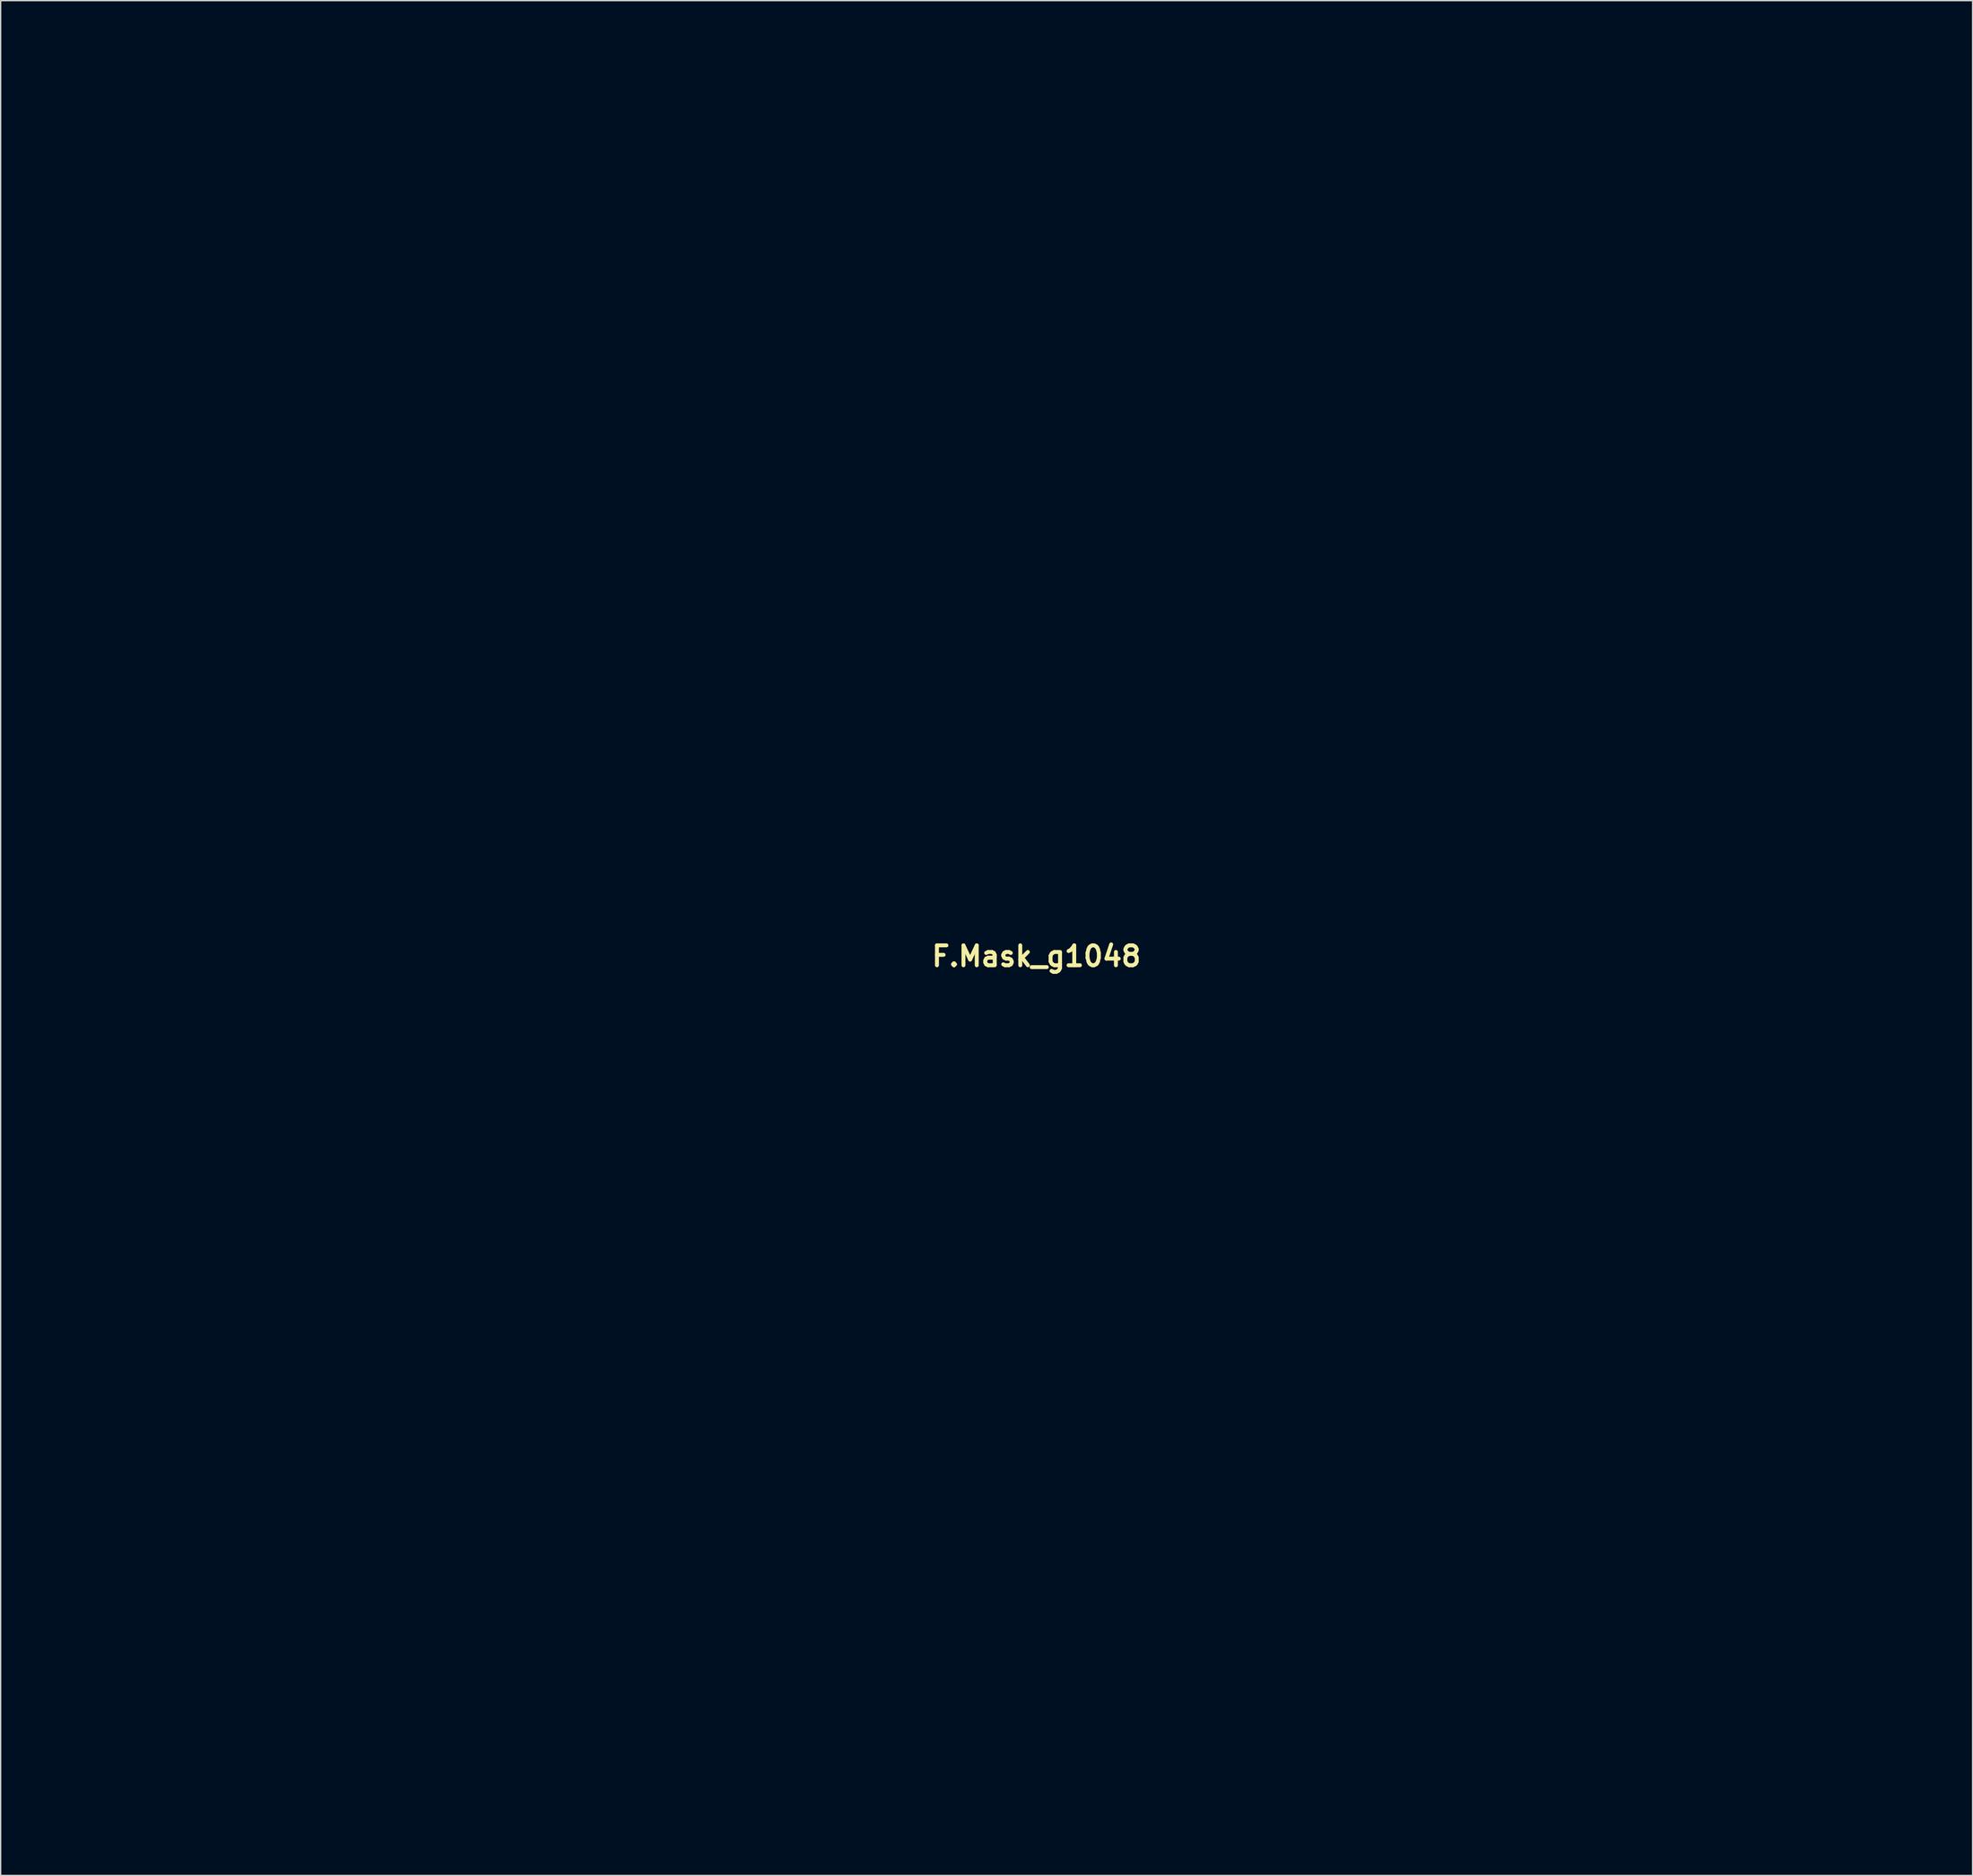
<source format=kicad_pcb>
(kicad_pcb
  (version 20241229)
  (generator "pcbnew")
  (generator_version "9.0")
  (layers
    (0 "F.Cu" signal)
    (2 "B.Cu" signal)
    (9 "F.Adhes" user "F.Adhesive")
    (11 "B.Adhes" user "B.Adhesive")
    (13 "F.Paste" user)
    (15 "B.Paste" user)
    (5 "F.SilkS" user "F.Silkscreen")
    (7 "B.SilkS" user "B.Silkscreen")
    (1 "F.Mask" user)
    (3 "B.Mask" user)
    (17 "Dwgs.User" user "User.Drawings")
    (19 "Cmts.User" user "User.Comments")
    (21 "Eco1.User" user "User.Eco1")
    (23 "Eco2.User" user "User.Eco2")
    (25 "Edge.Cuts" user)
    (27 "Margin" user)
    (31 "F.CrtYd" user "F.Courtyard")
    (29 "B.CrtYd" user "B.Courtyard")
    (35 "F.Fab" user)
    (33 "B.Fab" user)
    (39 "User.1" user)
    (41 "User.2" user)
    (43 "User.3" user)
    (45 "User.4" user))
  (footprint "F.Mask_g1048"
    (layer "F.Cu")
    (at 76.389 70.257)
    (property "Reference" "F.Mask_g1048" (at 0 0 0) (layer "F.SilkS") (effects (font (size 1.524 1.524) (thickness 0.3))))
    (attr through_hole)
    (fp_poly (pts (xy -23.404 -35.549) (xy -23.362 -35.523) (xy -23.346 -35.501) (xy -23.307 -35.447) (xy -23.246 -35.363) (xy -23.165 -35.251) (xy -23.065 -35.113) (xy -22.948 -34.951) (xy -22.816 -34.767) (xy -22.67 -34.564) (xy -22.511 -34.343) (xy -22.341 -34.107) (xy -22.162 -33.857) (xy -21.975 -33.596) (xy -21.791 -33.34) (xy -21.559 -33.016) (xy -21.35 -32.724) (xy -21.164 -32.463) (xy -21 -32.232) (xy -20.855 -32.029) (xy -20.73 -31.852) (xy -20.623 -31.699) (xy -20.533 -31.57) (xy -20.458 -31.462) (xy -20.399 -31.373) (xy -20.352 -31.303) (xy -20.319 -31.249) (xy -20.296 -31.21) (xy -20.284 -31.184) (xy -20.28 -31.17) (xy -20.281 -31.167) (xy -20.306 -31.147) (xy -20.359 -31.106) (xy -20.437 -31.048) (xy -20.533 -30.976) (xy -20.644 -30.894) (xy -20.728 -30.832) (xy -21.799 -30.02) (xy -22.864 -29.167) (xy -23.919 -28.277) (xy -24.963 -27.352) (xy -25.994 -26.393) (xy -27.008 -25.404) (xy -28.004 -24.385) (xy -28.98 -23.34) (xy -29.933 -22.27) (xy -30.862 -21.178) (xy -31.764 -20.066) (xy -32.596 -18.991) (xy -32.648 -18.924) (xy -32.69 -18.872) (xy -32.717 -18.842) (xy -32.723 -18.839) (xy -32.737 -18.855) (xy -32.775 -18.903) (xy -32.835 -18.981) (xy -32.917 -19.086) (xy -33.017 -19.216) (xy -33.135 -19.369) (xy -33.269 -19.544) (xy -33.417 -19.737) (xy -33.578 -19.947) (xy -33.749 -20.171) (xy -33.93 -20.408) (xy -34.119 -20.656) (xy -34.195 -20.754) (xy -34.387 -21.006) (xy -34.571 -21.25) (xy -34.747 -21.482) (xy -34.913 -21.701) (xy -35.067 -21.905) (xy -35.207 -22.092) (xy -35.331 -22.258) (xy -35.439 -22.403) (xy -35.528 -22.524) (xy -35.597 -22.619) (xy -35.644 -22.685) (xy -35.668 -22.72) (xy -35.67 -22.725) (xy -35.677 -22.789) (xy -35.672 -22.843) (xy -35.663 -22.857) (xy -35.639 -22.887) (xy -35.598 -22.934) (xy -35.54 -22.998) (xy -35.464 -23.081) (xy -35.37 -23.182) (xy -35.258 -23.302) (xy -35.126 -23.443) (xy -34.975 -23.604) (xy -34.803 -23.786) (xy -34.61 -23.99) (xy -34.396 -24.216) (xy -34.159 -24.465) (xy -33.9 -24.738) (xy -33.617 -25.035) (xy -33.311 -25.356) (xy -32.98 -25.703) (xy -32.625 -26.076) (xy -32.244 -26.475) (xy -31.836 -26.902) (xy -31.402 -27.356) (xy -30.941 -27.839) (xy -30.452 -28.351) (xy -29.934 -28.892) (xy -29.608 -29.233) (xy -29.107 -29.757) (xy -28.635 -30.251) (xy -28.19 -30.716) (xy -27.772 -31.153) (xy -27.379 -31.563) (xy -27.012 -31.947) (xy -26.669 -32.305) (xy -26.349 -32.639) (xy -26.052 -32.949) (xy -25.777 -33.237) (xy -25.522 -33.502) (xy -25.287 -33.747) (xy -25.072 -33.971) (xy -24.875 -34.176) (xy -24.695 -34.363) (xy -24.532 -34.532) (xy -24.385 -34.684) (xy -24.252 -34.821) (xy -24.134 -34.942) (xy -24.029 -35.05) (xy -23.937 -35.144) (xy -23.856 -35.226) (xy -23.786 -35.296) (xy -23.725 -35.356) (xy -23.674 -35.406) (xy -23.631 -35.447) (xy -23.595 -35.48) (xy -23.566 -35.506) (xy -23.543 -35.525) (xy -23.524 -35.54) (xy -23.51 -35.549) (xy -23.498 -35.555) (xy -23.489 -35.559) (xy -23.482 -35.56) (xy -23.476 -35.56) (xy -23.404 -35.549)) (stroke (width 0.01) (type solid)) (fill yes) (layer "F.Mask"))
    (fp_poly (pts (xy -16.965 -68.33) (xy -16.937 -68.282) (xy -16.896 -68.202) (xy -16.842 -68.094) (xy -16.777 -67.961) (xy -16.703 -67.806) (xy -16.622 -67.633) (xy -16.543 -67.464) (xy -16.459 -67.281) (xy -16.379 -67.11) (xy -16.306 -66.954) (xy -16.242 -66.818) (xy -16.189 -66.705) (xy -16.148 -66.619) (xy -16.121 -66.564) (xy -16.11 -66.543) (xy -16.087 -66.544) (xy -16.027 -66.55) (xy -15.932 -66.561) (xy -15.808 -66.578) (xy -15.658 -66.599) (xy -15.487 -66.624) (xy -15.299 -66.652) (xy -15.097 -66.683) (xy -15.072 -66.687) (xy -14.868 -66.719) (xy -14.676 -66.748) (xy -14.5 -66.774) (xy -14.345 -66.797) (xy -14.214 -66.815) (xy -14.113 -66.829) (xy -14.044 -66.837) (xy -14.013 -66.84) (xy -14.012 -66.84) (xy -14.008 -66.83) (xy -14.015 -66.803) (xy -14.034 -66.756) (xy -14.067 -66.687) (xy -14.114 -66.592) (xy -14.176 -66.471) (xy -14.256 -66.32) (xy -14.353 -66.137) (xy -14.47 -65.919) (xy -14.482 -65.897) (xy -14.988 -64.96) (xy -14.151 -63.253) (xy -14.028 -63.001) (xy -13.91 -62.761) (xy -13.8 -62.534) (xy -13.698 -62.324) (xy -13.605 -62.133) (xy -13.523 -61.963) (xy -13.453 -61.819) (xy -13.397 -61.701) (xy -13.356 -61.613) (xy -13.33 -61.558) (xy -13.322 -61.538) (xy -13.322 -61.537) (xy -13.34 -61.548) (xy -13.391 -61.58) (xy -13.473 -61.631) (xy -13.581 -61.701) (xy -13.714 -61.788) (xy -13.87 -61.889) (xy -14.045 -62.004) (xy -14.236 -62.13) (xy -14.443 -62.265) (xy -14.66 -62.409) (xy -14.774 -62.484) (xy -14.997 -62.631) (xy -15.21 -62.771) (xy -15.411 -62.902) (xy -15.596 -63.023) (xy -15.763 -63.131) (xy -15.91 -63.225) (xy -16.033 -63.303) (xy -16.13 -63.365) (xy -16.199 -63.406) (xy -16.237 -63.427) (xy -16.243 -63.43) (xy -16.26 -63.416) (xy -16.3 -63.38) (xy -16.366 -63.321) (xy -16.457 -63.238) (xy -16.574 -63.13) (xy -16.717 -62.997) (xy -16.888 -62.839) (xy -17.086 -62.655) (xy -17.313 -62.444) (xy -17.568 -62.205) (xy -17.853 -61.939) (xy -18.168 -61.645) (xy -18.272 -61.548) (xy -18.355 -61.471) (xy -18.427 -61.409) (xy -18.481 -61.365) (xy -18.514 -61.343) (xy -18.521 -61.343) (xy -18.516 -61.367) (xy -18.5 -61.429) (xy -18.476 -61.526) (xy -18.443 -61.653) (xy -18.403 -61.809) (xy -18.356 -61.99) (xy -18.303 -62.193) (xy -18.245 -62.414) (xy -18.183 -62.65) (xy -18.118 -62.898) (xy -18.11 -62.927) (xy -18.044 -63.177) (xy -17.981 -63.415) (xy -17.922 -63.638) (xy -17.868 -63.843) (xy -17.82 -64.028) (xy -17.778 -64.187) (xy -17.743 -64.32) (xy -17.717 -64.421) (xy -17.7 -64.488) (xy -17.692 -64.518) (xy -17.692 -64.519) (xy -17.702 -64.535) (xy -17.737 -64.568) (xy -17.797 -64.619) (xy -17.884 -64.688) (xy -18 -64.777) (xy -18.146 -64.886) (xy -18.322 -65.016) (xy -18.53 -65.169) (xy -18.754 -65.332) (xy -18.942 -65.469) (xy -19.12 -65.599) (xy -19.284 -65.719) (xy -19.433 -65.827) (xy -19.562 -65.921) (xy -19.67 -66) (xy -19.752 -66.06) (xy -19.807 -66.1) (xy -19.831 -66.117) (xy -19.831 -66.118) (xy -19.831 -66.134) (xy -19.808 -66.137) (xy -19.748 -66.141) (xy -19.653 -66.146) (xy -19.528 -66.153) (xy -19.378 -66.16) (xy -19.205 -66.168) (xy -19.015 -66.177) (xy -18.811 -66.186) (xy -18.785 -66.187) (xy -18.573 -66.196) (xy -18.368 -66.204) (xy -18.176 -66.213) (xy -18.002 -66.221) (xy -17.849 -66.228) (xy -17.725 -66.234) (xy -17.633 -66.239) (xy -17.578 -66.242) (xy -17.408 -66.255) (xy -17.199 -67.285) (xy -17.158 -67.489) (xy -17.118 -67.68) (xy -17.082 -67.855) (xy -17.05 -68.009) (xy -17.022 -68.139) (xy -17 -68.241) (xy -16.985 -68.309) (xy -16.977 -68.341) (xy -16.976 -68.343) (xy -16.965 -68.33)) (stroke (width 0.01) (type solid)) (fill yes) (layer "F.Mask"))
    (fp_poly (pts (xy 27.767 -70.248) (xy 27.774 -70.233) (xy 27.784 -70.204) (xy 27.798 -70.158) (xy 27.817 -70.092) (xy 27.842 -70.002) (xy 27.873 -69.886) (xy 27.912 -69.741) (xy 27.96 -69.563) (xy 28.017 -69.349) (xy 28.058 -69.194) (xy 28.111 -68.995) (xy 28.161 -68.81) (xy 28.206 -68.641) (xy 28.246 -68.492) (xy 28.279 -68.369) (xy 28.304 -68.274) (xy 28.321 -68.212) (xy 28.329 -68.186) (xy 28.329 -68.185) (xy 28.35 -68.185) (xy 28.409 -68.187) (xy 28.504 -68.191) (xy 28.629 -68.196) (xy 28.781 -68.202) (xy 28.956 -68.209) (xy 29.151 -68.218) (xy 29.361 -68.227) (xy 29.506 -68.233) (xy 29.726 -68.242) (xy 29.935 -68.251) (xy 30.127 -68.259) (xy 30.299 -68.266) (xy 30.448 -68.271) (xy 30.568 -68.275) (xy 30.657 -68.278) (xy 30.71 -68.279) (xy 30.723 -68.279) (xy 30.722 -68.268) (xy 30.698 -68.24) (xy 30.649 -68.192) (xy 30.575 -68.123) (xy 30.474 -68.033) (xy 30.346 -67.92) (xy 30.188 -67.784) (xy 30 -67.623) (xy 29.781 -67.436) (xy 29.75 -67.409) (xy 29.571 -67.257) (xy 29.402 -67.113) (xy 29.246 -66.979) (xy 29.104 -66.858) (xy 28.98 -66.751) (xy 28.877 -66.662) (xy 28.797 -66.592) (xy 28.743 -66.545) (xy 28.718 -66.522) (xy 28.717 -66.52) (xy 28.721 -66.496) (xy 28.737 -66.435) (xy 28.766 -66.338) (xy 28.806 -66.21) (xy 28.855 -66.051) (xy 28.915 -65.866) (xy 28.983 -65.656) (xy 29.059 -65.424) (xy 29.142 -65.174) (xy 29.219 -64.94) (xy 29.301 -64.694) (xy 29.379 -64.46) (xy 29.451 -64.24) (xy 29.518 -64.039) (xy 29.577 -63.858) (xy 29.628 -63.702) (xy 29.669 -63.572) (xy 29.701 -63.473) (xy 29.721 -63.407) (xy 29.729 -63.378) (xy 29.729 -63.377) (xy 29.709 -63.385) (xy 29.665 -63.414) (xy 29.604 -63.46) (xy 29.576 -63.482) (xy 29.534 -63.516) (xy 29.462 -63.574) (xy 29.364 -63.653) (xy 29.243 -63.75) (xy 29.102 -63.863) (xy 28.945 -63.99) (xy 28.775 -64.126) (xy 28.595 -64.271) (xy 28.409 -64.42) (xy 28.399 -64.428) (xy 28.217 -64.575) (xy 28.044 -64.713) (xy 27.884 -64.841) (xy 27.738 -64.957) (xy 27.611 -65.058) (xy 27.504 -65.142) (xy 27.421 -65.207) (xy 27.365 -65.25) (xy 27.339 -65.269) (xy 27.337 -65.27) (xy 27.316 -65.259) (xy 27.263 -65.224) (xy 27.182 -65.165) (xy 27.073 -65.086) (xy 26.94 -64.986) (xy 26.784 -64.868) (xy 26.607 -64.734) (xy 26.412 -64.584) (xy 26.2 -64.421) (xy 25.974 -64.246) (xy 25.947 -64.225) (xy 25.736 -64.062) (xy 25.534 -63.905) (xy 25.344 -63.758) (xy 25.169 -63.623) (xy 25.01 -63.5) (xy 24.871 -63.393) (xy 24.754 -63.303) (xy 24.662 -63.232) (xy 24.596 -63.182) (xy 24.561 -63.155) (xy 24.555 -63.151) (xy 24.534 -63.146) (xy 24.537 -63.174) (xy 24.537 -63.174) (xy 24.546 -63.197) (xy 24.57 -63.257) (xy 24.608 -63.348) (xy 24.657 -63.469) (xy 24.717 -63.616) (xy 24.787 -63.785) (xy 24.864 -63.974) (xy 24.949 -64.178) (xy 25.038 -64.395) (xy 25.131 -64.621) (xy 25.227 -64.853) (xy 25.324 -65.087) (xy 25.42 -65.321) (xy 25.515 -65.55) (xy 25.607 -65.773) (xy 25.695 -65.984) (xy 25.777 -66.182) (xy 25.851 -66.362) (xy 25.918 -66.522) (xy 25.961 -66.626) (xy 25.967 -66.642) (xy 25.971 -66.658) (xy 25.969 -66.678) (xy 25.961 -66.705) (xy 25.945 -66.741) (xy 25.919 -66.791) (xy 25.882 -66.857) (xy 25.831 -66.942) (xy 25.765 -67.05) (xy 25.682 -67.183) (xy 25.581 -67.346) (xy 25.459 -67.54) (xy 25.429 -67.587) (xy 25.32 -67.762) (xy 25.218 -67.927) (xy 25.125 -68.076) (xy 25.044 -68.208) (xy 24.977 -68.319) (xy 24.925 -68.405) (xy 24.892 -68.462) (xy 24.879 -68.488) (xy 24.879 -68.489) (xy 24.901 -68.49) (xy 24.962 -68.487) (xy 25.056 -68.482) (xy 25.181 -68.475) (xy 25.332 -68.466) (xy 25.505 -68.455) (xy 25.695 -68.443) (xy 25.9 -68.429) (xy 25.943 -68.426) (xy 26.15 -68.412) (xy 26.345 -68.399) (xy 26.522 -68.388) (xy 26.678 -68.379) (xy 26.809 -68.372) (xy 26.911 -68.367) (xy 26.979 -68.365) (xy 27.011 -68.365) (xy 27.012 -68.366) (xy 27.022 -68.388) (xy 27.046 -68.445) (xy 27.082 -68.534) (xy 27.129 -68.65) (xy 27.184 -68.791) (xy 27.247 -68.95) (xy 27.315 -69.126) (xy 27.379 -69.289) (xy 27.452 -69.476) (xy 27.52 -69.651) (xy 27.582 -69.811) (xy 27.637 -69.95) (xy 27.683 -70.066) (xy 27.718 -70.155) (xy 27.741 -70.211) (xy 27.75 -70.231) (xy 27.754 -70.24) (xy 27.758 -70.248) (xy 27.762 -70.252) (xy 27.767 -70.248)) (stroke (width 0.01) (type solid)) (fill yes) (layer "F.Mask"))
    (fp_poly (pts (xy 63.19 37.358) (xy 63.208 37.416) (xy 63.237 37.51) (xy 63.275 37.637) (xy 63.323 37.796) (xy 63.378 37.982) (xy 63.442 38.195) (xy 63.512 38.432) (xy 63.588 38.69) (xy 63.67 38.966) (xy 63.756 39.259) (xy 63.846 39.566) (xy 63.94 39.885) (xy 63.944 39.901) (xy 64.038 40.221) (xy 64.129 40.529) (xy 64.215 40.824) (xy 64.297 41.102) (xy 64.374 41.362) (xy 64.444 41.601) (xy 64.508 41.816) (xy 64.564 42.006) (xy 64.612 42.167) (xy 64.651 42.298) (xy 64.68 42.395) (xy 64.699 42.457) (xy 64.706 42.48) (xy 64.707 42.481) (xy 64.729 42.48) (xy 64.79 42.476) (xy 64.887 42.467) (xy 65.018 42.454) (xy 65.179 42.437) (xy 65.368 42.417) (xy 65.581 42.394) (xy 65.816 42.368) (xy 66.07 42.34) (xy 66.34 42.31) (xy 66.623 42.278) (xy 66.717 42.267) (xy 67.004 42.234) (xy 67.28 42.203) (xy 67.541 42.173) (xy 67.785 42.146) (xy 68.008 42.121) (xy 68.208 42.099) (xy 68.381 42.08) (xy 68.525 42.064) (xy 68.637 42.053) (xy 68.714 42.045) (xy 68.753 42.042) (xy 68.756 42.042) (xy 68.751 42.055) (xy 68.72 42.092) (xy 68.662 42.154) (xy 68.578 42.24) (xy 68.466 42.353) (xy 68.326 42.491) (xy 68.158 42.656) (xy 67.961 42.848) (xy 67.734 43.068) (xy 67.477 43.316) (xy 67.269 43.517) (xy 67.056 43.722) (xy 66.852 43.919) (xy 66.659 44.107) (xy 66.478 44.282) (xy 66.313 44.443) (xy 66.165 44.588) (xy 66.035 44.715) (xy 65.927 44.822) (xy 65.842 44.907) (xy 65.782 44.968) (xy 65.749 45.003) (xy 65.744 45.01) (xy 65.751 45.034) (xy 65.771 45.094) (xy 65.803 45.188) (xy 65.847 45.312) (xy 65.9 45.464) (xy 65.962 45.641) (xy 66.032 45.84) (xy 66.109 46.057) (xy 66.192 46.29) (xy 66.28 46.535) (xy 66.314 46.631) (xy 66.403 46.88) (xy 66.487 47.116) (xy 66.566 47.339) (xy 66.638 47.543) (xy 66.702 47.727) (xy 66.758 47.888) (xy 66.805 48.021) (xy 66.84 48.125) (xy 66.864 48.197) (xy 66.875 48.232) (xy 66.876 48.236) (xy 66.856 48.227) (xy 66.802 48.201) (xy 66.717 48.157) (xy 66.604 48.098) (xy 66.465 48.025) (xy 66.305 47.94) (xy 66.125 47.845) (xy 65.929 47.741) (xy 65.72 47.629) (xy 65.574 47.551) (xy 65.358 47.435) (xy 65.153 47.326) (xy 64.963 47.224) (xy 64.789 47.132) (xy 64.636 47.051) (xy 64.505 46.983) (xy 64.401 46.929) (xy 64.327 46.89) (xy 64.284 46.869) (xy 64.275 46.866) (xy 64.253 46.892) (xy 64.207 46.946) (xy 64.139 47.026) (xy 64.051 47.129) (xy 63.945 47.252) (xy 63.825 47.392) (xy 63.692 47.547) (xy 63.548 47.713) (xy 63.397 47.889) (xy 63.241 48.071) (xy 63.081 48.256) (xy 62.92 48.442) (xy 62.762 48.626) (xy 62.607 48.805) (xy 62.459 48.976) (xy 62.32 49.137) (xy 62.192 49.285) (xy 62.078 49.417) (xy 61.98 49.53) (xy 61.9 49.622) (xy 61.841 49.69) (xy 61.805 49.73) (xy 61.795 49.742) (xy 61.783 49.736) (xy 61.782 49.715) (xy 61.778 49.654) (xy 61.772 49.558) (xy 61.764 49.428) (xy 61.754 49.268) (xy 61.742 49.082) (xy 61.729 48.871) (xy 61.715 48.64) (xy 61.7 48.392) (xy 61.684 48.128) (xy 61.672 47.932) (xy 61.563 46.133) (xy 59.103 44.895) (xy 58.801 44.742) (xy 58.51 44.596) (xy 58.231 44.455) (xy 57.967 44.322) (xy 57.72 44.197) (xy 57.493 44.082) (xy 57.288 43.978) (xy 57.106 43.886) (xy 56.95 43.807) (xy 56.823 43.743) (xy 56.726 43.693) (xy 56.662 43.66) (xy 56.633 43.645) (xy 56.632 43.644) (xy 56.651 43.639) (xy 56.709 43.627) (xy 56.805 43.61) (xy 56.934 43.587) (xy 57.096 43.559) (xy 57.287 43.525) (xy 57.504 43.488) (xy 57.747 43.447) (xy 58.011 43.402) (xy 58.295 43.354) (xy 58.597 43.303) (xy 58.913 43.25) (xy 59.241 43.195) (xy 59.28 43.189) (xy 59.669 43.124) (xy 60.019 43.065) (xy 60.332 43.013) (xy 60.609 42.967) (xy 60.853 42.925) (xy 61.065 42.889) (xy 61.249 42.858) (xy 61.405 42.83) (xy 61.537 42.806) (xy 61.646 42.786) (xy 61.734 42.769) (xy 61.804 42.755) (xy 61.858 42.742) (xy 61.897 42.732) (xy 61.924 42.723) (xy 61.942 42.716) (xy 61.951 42.709) (xy 61.954 42.704) (xy 61.96 42.678) (xy 61.975 42.614) (xy 61.999 42.513) (xy 62.03 42.379) (xy 62.068 42.213) (xy 62.112 42.018) (xy 62.163 41.797) (xy 62.219 41.552) (xy 62.279 41.286) (xy 62.344 41) (xy 62.412 40.699) (xy 62.484 40.383) (xy 62.558 40.056) (xy 62.57 40) (xy 62.645 39.672) (xy 62.716 39.356) (xy 62.785 39.053) (xy 62.85 38.768) (xy 62.911 38.501) (xy 62.967 38.255) (xy 63.018 38.034) (xy 63.063 37.838) (xy 63.102 37.671) (xy 63.134 37.535) (xy 63.158 37.433) (xy 63.174 37.367) (xy 63.182 37.339) (xy 63.182 37.338) (xy 63.19 37.358)) (stroke (width 0.01) (type solid)) (fill yes) (layer "F.Mask"))
    (fp_poly (pts (xy -52.221 55.093) (xy -52.219 55.097) (xy -52.211 55.121) (xy -52.192 55.183) (xy -52.162 55.281) (xy -52.123 55.412) (xy -52.075 55.573) (xy -52.018 55.763) (xy -51.954 55.979) (xy -51.883 56.218) (xy -51.807 56.478) (xy -51.725 56.757) (xy -51.638 57.051) (xy -51.548 57.358) (xy -51.457 57.669) (xy -51.364 57.986) (xy -51.274 58.293) (xy -51.188 58.585) (xy -51.106 58.861) (xy -51.031 59.119) (xy -50.961 59.356) (xy -50.898 59.568) (xy -50.843 59.755) (xy -50.796 59.914) (xy -50.759 60.041) (xy -50.731 60.135) (xy -50.713 60.194) (xy -50.707 60.214) (xy -50.686 60.212) (xy -50.626 60.206) (xy -50.531 60.196) (xy -50.405 60.182) (xy -50.251 60.165) (xy -50.073 60.145) (xy -49.873 60.123) (xy -49.657 60.099) (xy -49.426 60.073) (xy -49.186 60.046) (xy -48.938 60.018) (xy -48.687 59.99) (xy -48.437 59.961) (xy -48.19 59.933) (xy -47.951 59.906) (xy -47.722 59.88) (xy -47.508 59.855) (xy -47.312 59.833) (xy -47.137 59.813) (xy -46.987 59.795) (xy -46.866 59.781) (xy -46.777 59.771) (xy -46.724 59.764) (xy -46.718 59.763) (xy -46.663 59.759) (xy -46.634 59.765) (xy -46.633 59.77) (xy -46.649 59.787) (xy -46.694 59.831) (xy -46.764 59.901) (xy -46.858 59.993) (xy -46.973 60.105) (xy -47.108 60.236) (xy -47.259 60.382) (xy -47.425 60.543) (xy -47.603 60.714) (xy -47.79 60.896) (xy -47.879 60.981) (xy -48.079 61.173) (xy -48.276 61.363) (xy -48.467 61.548) (xy -48.65 61.724) (xy -48.82 61.889) (xy -48.976 62.039) (xy -49.114 62.172) (xy -49.231 62.286) (xy -49.324 62.376) (xy -49.39 62.441) (xy -49.4 62.45) (xy -49.682 62.727) (xy -49.115 64.315) (xy -49.027 64.563) (xy -48.942 64.801) (xy -48.863 65.023) (xy -48.789 65.229) (xy -48.723 65.414) (xy -48.666 65.575) (xy -48.618 65.71) (xy -48.58 65.816) (xy -48.554 65.888) (xy -48.541 65.925) (xy -48.54 65.929) (xy -48.543 65.953) (xy -48.55 65.955) (xy -48.572 65.946) (xy -48.627 65.917) (xy -48.714 65.872) (xy -48.829 65.812) (xy -48.969 65.738) (xy -49.13 65.652) (xy -49.311 65.556) (xy -49.507 65.452) (xy -49.716 65.34) (xy -49.849 65.269) (xy -50.099 65.134) (xy -50.314 65.019) (xy -50.498 64.921) (xy -50.652 64.839) (xy -50.78 64.773) (xy -50.884 64.719) (xy -50.966 64.678) (xy -51.029 64.648) (xy -51.077 64.627) (xy -51.111 64.615) (xy -51.134 64.61) (xy -51.15 64.61) (xy -51.16 64.615) (xy -51.162 64.618) (xy -51.181 64.639) (xy -51.225 64.69) (xy -51.293 64.768) (xy -51.382 64.871) (xy -51.49 64.997) (xy -51.615 65.143) (xy -51.756 65.306) (xy -51.909 65.485) (xy -52.074 65.677) (xy -52.247 65.879) (xy -52.377 66.029) (xy -52.555 66.238) (xy -52.727 66.437) (xy -52.889 66.626) (xy -53.039 66.801) (xy -53.176 66.96) (xy -53.297 67.101) (xy -53.4 67.221) (xy -53.484 67.317) (xy -53.545 67.389) (xy -53.583 67.432) (xy -53.594 67.444) (xy -53.612 67.461) (xy -53.624 67.46) (xy -53.632 67.435) (xy -53.639 67.379) (xy -53.645 67.307) (xy -53.648 67.257) (xy -53.654 67.169) (xy -53.661 67.046) (xy -53.671 66.892) (xy -53.682 66.711) (xy -53.694 66.506) (xy -53.708 66.281) (xy -53.722 66.04) (xy -53.737 65.786) (xy -53.753 65.523) (xy -53.754 65.511) (xy -53.769 65.253) (xy -53.784 65.007) (xy -53.798 64.776) (xy -53.811 64.564) (xy -53.822 64.374) (xy -53.833 64.209) (xy -53.842 64.073) (xy -53.849 63.969) (xy -53.854 63.9) (xy -53.857 63.869) (xy -53.857 63.868) (xy -53.877 63.856) (xy -53.932 63.826) (xy -54.021 63.779) (xy -54.14 63.717) (xy -54.289 63.641) (xy -54.465 63.551) (xy -54.664 63.449) (xy -54.887 63.336) (xy -55.129 63.214) (xy -55.388 63.082) (xy -55.664 62.943) (xy -55.952 62.798) (xy -56.252 62.648) (xy -56.323 62.612) (xy -56.624 62.461) (xy -56.915 62.314) (xy -57.194 62.174) (xy -57.457 62.042) (xy -57.703 61.918) (xy -57.929 61.803) (xy -58.133 61.699) (xy -58.314 61.608) (xy -58.468 61.529) (xy -58.594 61.464) (xy -58.689 61.415) (xy -58.752 61.382) (xy -58.779 61.367) (xy -58.78 61.366) (xy -58.759 61.36) (xy -58.7 61.349) (xy -58.603 61.331) (xy -58.472 61.308) (xy -58.309 61.279) (xy -58.117 61.246) (xy -57.898 61.208) (xy -57.655 61.167) (xy -57.39 61.121) (xy -57.105 61.073) (xy -56.803 61.022) (xy -56.487 60.969) (xy -56.158 60.915) (xy -56.124 60.909) (xy -55.725 60.842) (xy -55.366 60.782) (xy -55.045 60.728) (xy -54.76 60.68) (xy -54.509 60.638) (xy -54.291 60.6) (xy -54.102 60.567) (xy -53.943 60.539) (xy -53.809 60.514) (xy -53.701 60.494) (xy -53.615 60.477) (xy -53.55 60.463) (xy -53.503 60.451) (xy -53.474 60.442) (xy -53.46 60.435) (xy -53.458 60.433) (xy -53.452 60.408) (xy -53.438 60.345) (xy -53.415 60.245) (xy -53.385 60.112) (xy -53.347 59.947) (xy -53.304 59.754) (xy -53.254 59.534) (xy -53.198 59.29) (xy -53.138 59.025) (xy -53.074 58.74) (xy -53.006 58.44) (xy -52.935 58.125) (xy -52.861 57.8) (xy -52.853 57.764) (xy -52.78 57.437) (xy -52.708 57.121) (xy -52.64 56.819) (xy -52.575 56.533) (xy -52.514 56.266) (xy -52.459 56.02) (xy -52.408 55.797) (xy -52.363 55.601) (xy -52.325 55.433) (xy -52.294 55.296) (xy -52.27 55.193) (xy -52.254 55.126) (xy -52.248 55.098) (xy -52.247 55.097) (xy -52.236 55.076) (xy -52.221 55.093)) (stroke (width 0.01) (type solid)) (fill yes) (layer "F.Mask"))
    (fp_poly (pts (xy -70.135 -40.8) (xy -70.103 -40.749) (xy -70.052 -40.667) (xy -69.985 -40.555) (xy -69.902 -40.415) (xy -69.805 -40.25) (xy -69.694 -40.062) (xy -69.572 -39.853) (xy -69.44 -39.626) (xy -69.299 -39.383) (xy -69.15 -39.126) (xy -68.995 -38.858) (xy -68.94 -38.762) (xy -68.781 -38.486) (xy -68.626 -38.219) (xy -68.478 -37.962) (xy -68.337 -37.718) (xy -68.205 -37.491) (xy -68.084 -37.281) (xy -67.974 -37.093) (xy -67.878 -36.927) (xy -67.797 -36.788) (xy -67.732 -36.677) (xy -67.685 -36.597) (xy -67.657 -36.551) (xy -67.653 -36.545) (xy -67.514 -36.357) (xy -67.348 -36.183) (xy -67.165 -36.033) (xy -66.974 -35.914) (xy -66.905 -35.88) (xy -66.695 -35.803) (xy -66.483 -35.761) (xy -66.293 -35.751) (xy -66.247 -35.753) (xy -66.162 -35.758) (xy -66.039 -35.766) (xy -65.883 -35.776) (xy -65.696 -35.789) (xy -65.48 -35.804) (xy -65.239 -35.821) (xy -64.974 -35.84) (xy -64.689 -35.861) (xy -64.387 -35.884) (xy -64.069 -35.907) (xy -63.74 -35.932) (xy -63.401 -35.958) (xy -63.373 -35.96) (xy -63.038 -35.986) (xy -62.714 -36.01) (xy -62.405 -36.034) (xy -62.113 -36.056) (xy -61.84 -36.076) (xy -61.588 -36.095) (xy -61.361 -36.112) (xy -61.161 -36.127) (xy -60.99 -36.14) (xy -60.851 -36.15) (xy -60.746 -36.157) (xy -60.678 -36.162) (xy -60.649 -36.164) (xy -60.648 -36.164) (xy -60.659 -36.146) (xy -60.692 -36.095) (xy -60.746 -36.014) (xy -60.82 -35.904) (xy -60.913 -35.767) (xy -61.022 -35.605) (xy -61.146 -35.421) (xy -61.284 -35.217) (xy -61.435 -34.994) (xy -61.597 -34.755) (xy -61.769 -34.502) (xy -61.949 -34.236) (xy -62.136 -33.961) (xy -62.159 -33.928) (xy -62.348 -33.649) (xy -62.533 -33.377) (xy -62.71 -33.114) (xy -62.878 -32.865) (xy -63.037 -32.629) (xy -63.183 -32.41) (xy -63.317 -32.211) (xy -63.435 -32.032) (xy -63.538 -31.877) (xy -63.623 -31.748) (xy -63.688 -31.647) (xy -63.733 -31.577) (xy -63.755 -31.539) (xy -63.755 -31.538) (xy -63.849 -31.309) (xy -63.911 -31.06) (xy -63.941 -30.8) (xy -63.938 -30.537) (xy -63.901 -30.282) (xy -63.856 -30.113) (xy -63.78 -29.922) (xy -63.682 -29.732) (xy -63.571 -29.565) (xy -63.569 -29.562) (xy -63.54 -29.524) (xy -63.487 -29.456) (xy -63.413 -29.36) (xy -63.32 -29.239) (xy -63.211 -29.097) (xy -63.087 -28.936) (xy -62.951 -28.76) (xy -62.805 -28.57) (xy -62.652 -28.372) (xy -62.509 -28.187) (xy -62.354 -27.986) (xy -62.207 -27.795) (xy -62.07 -27.616) (xy -61.945 -27.453) (xy -61.834 -27.307) (xy -61.738 -27.182) (xy -61.661 -27.079) (xy -61.603 -27.002) (xy -61.568 -26.954) (xy -61.556 -26.936) (xy -61.556 -26.936) (xy -61.578 -26.938) (xy -61.638 -26.946) (xy -61.736 -26.959) (xy -61.867 -26.976) (xy -62.029 -26.998) (xy -62.22 -27.025) (xy -62.436 -27.054) (xy -62.676 -27.088) (xy -62.936 -27.124) (xy -63.214 -27.162) (xy -63.507 -27.203) (xy -63.812 -27.246) (xy -63.87 -27.254) (xy -64.181 -27.298) (xy -64.483 -27.34) (xy -64.772 -27.38) (xy -65.046 -27.418) (xy -65.301 -27.454) (xy -65.536 -27.486) (xy -65.746 -27.515) (xy -65.929 -27.54) (xy -66.083 -27.56) (xy -66.203 -27.576) (xy -66.288 -27.587) (xy -66.334 -27.592) (xy -66.336 -27.592) (xy -66.563 -27.592) (xy -66.797 -27.553) (xy -67.031 -27.479) (xy -67.259 -27.372) (xy -67.475 -27.235) (xy -67.672 -27.07) (xy -67.702 -27.041) (xy -67.733 -27.006) (xy -67.789 -26.941) (xy -67.868 -26.847) (xy -67.968 -26.726) (xy -68.089 -26.58) (xy -68.227 -26.411) (xy -68.381 -26.221) (xy -68.55 -26.013) (xy -68.733 -25.789) (xy -68.926 -25.549) (xy -69.129 -25.298) (xy -69.34 -25.036) (xy -69.558 -24.765) (xy -69.668 -24.627) (xy -69.886 -24.356) (xy -70.098 -24.093) (xy -70.301 -23.84) (xy -70.494 -23.6) (xy -70.676 -23.374) (xy -70.844 -23.164) (xy -70.998 -22.973) (xy -71.136 -22.802) (xy -71.256 -22.653) (xy -71.357 -22.529) (xy -71.437 -22.43) (xy -71.494 -22.36) (xy -71.528 -22.319) (xy -71.536 -22.31) (xy -71.586 -22.258) (xy -71.588 -22.882) (xy -71.589 -22.983) (xy -71.59 -23.124) (xy -71.59 -23.3) (xy -71.591 -23.508) (xy -71.593 -23.745) (xy -71.594 -24.008) (xy -71.595 -24.293) (xy -71.597 -24.596) (xy -71.599 -24.915) (xy -71.6 -25.247) (xy -71.602 -25.586) (xy -71.604 -25.931) (xy -71.605 -26.183) (xy -71.619 -28.861) (xy -71.677 -29.047) (xy -71.763 -29.279) (xy -71.873 -29.495) (xy -72.002 -29.689) (xy -72.145 -29.853) (xy -72.248 -29.944) (xy -72.282 -29.967) (xy -72.35 -30.008) (xy -72.449 -30.068) (xy -72.578 -30.144) (xy -72.734 -30.235) (xy -72.914 -30.339) (xy -73.115 -30.456) (xy -73.335 -30.583) (xy -73.572 -30.719) (xy -73.823 -30.862) (xy -74.085 -31.012) (xy -74.356 -31.166) (xy -74.37 -31.175) (xy -74.639 -31.328) (xy -74.897 -31.475) (xy -75.143 -31.615) (xy -75.373 -31.747) (xy -75.586 -31.869) (xy -75.778 -31.98) (xy -75.949 -32.078) (xy -76.095 -32.162) (xy -76.213 -32.232) (xy -76.303 -32.284) (xy -76.36 -32.319) (xy -76.384 -32.334) (xy -76.384 -32.335) (xy -76.366 -32.345) (xy -76.31 -32.368) (xy -76.22 -32.404) (xy -76.098 -32.451) (xy -75.947 -32.509) (xy -75.77 -32.577) (xy -75.568 -32.653) (xy -75.346 -32.736) (xy -75.105 -32.826) (xy -74.849 -32.921) (xy -74.579 -33.021) (xy -74.417 -33.081) (xy -74.136 -33.185) (xy -73.864 -33.286) (xy -73.603 -33.383) (xy -73.357 -33.475) (xy -73.128 -33.56) (xy -72.92 -33.639) (xy -72.735 -33.708) (xy -72.576 -33.769) (xy -72.447 -33.818) (xy -72.351 -33.856) (xy -72.289 -33.881) (xy -72.274 -33.888) (xy -72.176 -33.938) (xy -72.076 -33.998) (xy -71.993 -34.057) (xy -71.985 -34.064) (xy -71.838 -34.207) (xy -71.704 -34.382) (xy -71.591 -34.579) (xy -71.503 -34.787) (xy -71.483 -34.852) (xy -71.473 -34.89) (xy -71.455 -34.967) (xy -71.429 -35.08) (xy -71.395 -35.227) (xy -71.355 -35.405) (xy -71.308 -35.613) (xy -71.256 -35.846) (xy -71.199 -36.104) (xy -71.136 -36.383) (xy -71.07 -36.681) (xy -71.001 -36.995) (xy -70.928 -37.323) (xy -70.853 -37.662) (xy -70.801 -37.899) (xy -70.725 -38.242) (xy -70.652 -38.574) (xy -70.581 -38.892) (xy -70.514 -39.194) (xy -70.451 -39.477) (xy -70.393 -39.74) (xy -70.339 -39.98) (xy -70.291 -40.195) (xy -70.249 -40.381) (xy -70.213 -40.538) (xy -70.185 -40.661) (xy -70.164 -40.75) (xy -70.151 -40.802) (xy -70.147 -40.815) (xy -70.135 -40.8)) (stroke (width 0.01) (type solid)) (fill yes) (layer "F.Mask"))
    (fp_poly (pts (xy 20.694 21.474) (xy 21.347 21.517) (xy 22.274 21.613) (xy 23.215 21.747) (xy 24.166 21.919) (xy 25.124 22.127) (xy 26.086 22.372) (xy 27.049 22.651) (xy 28.009 22.965) (xy 28.965 23.313) (xy 29.037 23.341) (xy 29.299 23.442) (xy 30.499 26.554) (xy 30.634 26.904) (xy 30.766 27.245) (xy 30.894 27.575) (xy 31.017 27.891) (xy 31.134 28.192) (xy 31.244 28.474) (xy 31.347 28.736) (xy 31.441 28.975) (xy 31.525 29.19) (xy 31.6 29.377) (xy 31.663 29.535) (xy 31.714 29.661) (xy 31.752 29.754) (xy 31.776 29.81) (xy 31.782 29.824) (xy 31.861 29.948) (xy 31.966 30.079) (xy 32.087 30.207) (xy 32.215 30.32) (xy 32.338 30.408) (xy 32.366 30.424) (xy 32.504 30.488) (xy 32.659 30.539) (xy 32.815 30.573) (xy 32.955 30.586) (xy 32.956 30.586) (xy 33.075 30.576) (xy 33.213 30.55) (xy 33.351 30.511) (xy 33.473 30.465) (xy 33.5 30.452) (xy 33.651 30.361) (xy 33.799 30.246) (xy 33.927 30.12) (xy 33.969 30.071) (xy 33.995 30.034) (xy 34.042 29.963) (xy 34.107 29.861) (xy 34.189 29.733) (xy 34.286 29.579) (xy 34.395 29.404) (xy 34.516 29.209) (xy 34.646 28.999) (xy 34.784 28.776) (xy 34.928 28.542) (xy 35.042 28.356) (xy 35.219 28.068) (xy 35.375 27.814) (xy 35.511 27.592) (xy 35.629 27.402) (xy 35.73 27.241) (xy 35.815 27.107) (xy 35.885 26.999) (xy 35.94 26.915) (xy 35.983 26.853) (xy 36.014 26.811) (xy 36.035 26.788) (xy 36.047 26.782) (xy 36.047 26.782) (xy 36.076 26.796) (xy 36.136 26.83) (xy 36.221 26.88) (xy 36.328 26.945) (xy 36.451 27.021) (xy 36.586 27.105) (xy 36.73 27.195) (xy 36.877 27.288) (xy 37.023 27.381) (xy 37.165 27.472) (xy 37.296 27.556) (xy 37.414 27.633) (xy 37.513 27.698) (xy 37.589 27.75) (xy 37.638 27.785) (xy 37.655 27.801) (xy 37.656 27.801) (xy 37.643 27.822) (xy 37.607 27.873) (xy 37.551 27.95) (xy 37.478 28.049) (xy 37.39 28.166) (xy 37.29 28.298) (xy 37.182 28.441) (xy 37.067 28.591) (xy 36.95 28.744) (xy 36.832 28.898) (xy 36.716 29.047) (xy 36.607 29.188) (xy 36.505 29.317) (xy 36.414 29.432) (xy 36.403 29.446) (xy 35.984 29.964) (xy 35.572 30.458) (xy 35.163 30.935) (xy 34.748 31.402) (xy 34.323 31.867) (xy 33.88 32.336) (xy 33.414 32.817) (xy 33.043 33.19) (xy 32.76 33.471) (xy 32.501 33.727) (xy 32.259 33.962) (xy 32.027 34.184) (xy 31.802 34.396) (xy 31.575 34.605) (xy 31.342 34.817) (xy 31.126 35.011) (xy 30.085 35.909) (xy 29.018 36.775) (xy 27.925 37.609) (xy 26.808 38.408) (xy 25.667 39.174) (xy 24.503 39.904) (xy 23.319 40.598) (xy 22.114 41.256) (xy 20.891 41.877) (xy 19.649 42.46) (xy 18.391 43.004) (xy 17.896 43.206) (xy 16.753 43.645) (xy 15.586 44.056) (xy 14.402 44.437) (xy 13.212 44.785) (xy 12.022 45.098) (xy 11.335 45.262) (xy 10.22 45.504) (xy 9.107 45.715) (xy 7.99 45.897) (xy 6.863 46.051) (xy 5.718 46.178) (xy 4.549 46.278) (xy 3.842 46.325) (xy 3.709 46.332) (xy 3.538 46.338) (xy 3.336 46.344) (xy 3.105 46.349) (xy 2.853 46.354) (xy 2.583 46.358) (xy 2.3 46.361) (xy 2.01 46.364) (xy 1.717 46.366) (xy 1.427 46.368) (xy 1.144 46.368) (xy 0.873 46.368) (xy 0.62 46.367) (xy 0.389 46.365) (xy 0.186 46.363) (xy 0.014 46.359) (xy -0.116 46.354) (xy -0.941 46.31) (xy -1.767 46.252) (xy -2.586 46.178) (xy -3.39 46.092) (xy -4.17 45.993) (xy -4.895 45.886) (xy -5.01 45.868) (xy -5.09 45.853) (xy -5.142 45.841) (xy -5.17 45.828) (xy -5.183 45.813) (xy -5.186 45.794) (xy -5.186 45.791) (xy -5.183 45.75) (xy -5.174 45.673) (xy -5.16 45.565) (xy -5.141 45.432) (xy -5.12 45.28) (xy -5.096 45.115) (xy -5.07 44.941) (xy -5.043 44.764) (xy -5.016 44.591) (xy -4.989 44.427) (xy -4.983 44.386) (xy -4.776 43.239) (xy -4.537 42.115) (xy -4.266 41.013) (xy -3.962 39.936) (xy -3.626 38.883) (xy -3.259 37.856) (xy -2.86 36.854) (xy -2.431 35.878) (xy -1.97 34.928) (xy -1.479 34.007) (xy -0.957 33.112) (xy -0.405 32.247) (xy 0.176 31.41) (xy 0.788 30.603) (xy 1.428 29.825) (xy 1.605 29.623) (xy 1.796 29.409) (xy 2.005 29.182) (xy 2.226 28.948) (xy 2.453 28.712) (xy 2.682 28.478) (xy 2.908 28.253) (xy 3.126 28.041) (xy 3.329 27.848) (xy 3.514 27.678) (xy 3.627 27.579) (xy 3.709 27.508) (xy 4.707 27.589) (xy 4.912 27.605) (xy 5.108 27.621) (xy 5.29 27.636) (xy 5.452 27.65) (xy 5.591 27.661) (xy 5.701 27.671) (xy 5.778 27.677) (xy 5.815 27.681) (xy 5.926 27.692) (xy 5.485 28.128) (xy 5.08 28.543) (xy 4.713 28.951) (xy 4.38 29.357) (xy 4.076 29.767) (xy 3.798 30.185) (xy 3.543 30.615) (xy 3.345 30.988) (xy 3.105 31.498) (xy 2.905 32.005) (xy 2.742 32.514) (xy 2.615 33.03) (xy 2.523 33.559) (xy 2.506 33.687) (xy 2.489 33.858) (xy 2.477 34.06) (xy 2.469 34.281) (xy 2.467 34.512) (xy 2.47 34.741) (xy 2.478 34.957) (xy 2.49 35.152) (xy 2.505 35.295) (xy 2.597 35.845) (xy 2.728 36.376) (xy 2.897 36.889) (xy 3.104 37.383) (xy 3.349 37.859) (xy 3.631 38.316) (xy 3.952 38.755) (xy 4.311 39.175) (xy 4.707 39.576) (xy 5.142 39.959) (xy 5.484 40.226) (xy 5.991 40.58) (xy 6.53 40.905) (xy 7.096 41.202) (xy 7.69 41.47) (xy 8.31 41.71) (xy 8.953 41.92) (xy 9.619 42.101) (xy 10.305 42.252) (xy 11.01 42.373) (xy 11.732 42.464) (xy 12.47 42.523) (xy 13.222 42.552) (xy 13.987 42.549) (xy 14.762 42.515) (xy 15.546 42.448) (xy 16.337 42.349) (xy 16.457 42.331) (xy 17.283 42.189) (xy 18.099 42.013) (xy 18.904 41.804) (xy 19.694 41.564) (xy 20.468 41.293) (xy 21.222 40.993) (xy 21.955 40.664) (xy 22.665 40.307) (xy 23.348 39.924) (xy 24.003 39.516) (xy 24.628 39.082) (xy 25.219 38.626) (xy 25.368 38.502) (xy 25.887 38.045) (xy 26.37 37.574) (xy 26.817 37.09) (xy 27.226 36.594) (xy 27.598 36.088) (xy 27.932 35.572) (xy 28.227 35.047) (xy 28.482 34.515) (xy 28.697 33.976) (xy 28.871 33.431) (xy 28.998 32.906) (xy 29.046 32.652) (xy 29.083 32.413) (xy 29.108 32.177) (xy 29.125 31.932) (xy 29.133 31.664) (xy 29.134 31.496) (xy 29.133 31.281) (xy 29.129 31.098) (xy 29.122 30.936) (xy 29.11 30.784) (xy 29.092 30.632) (xy 29.069 30.469) (xy 29.039 30.29) (xy 28.929 29.774) (xy 28.779 29.272) (xy 28.591 28.786) (xy 28.366 28.315) (xy 28.104 27.861) (xy 27.807 27.424) (xy 27.475 27.005) (xy 27.109 26.605) (xy 26.71 26.224) (xy 26.279 25.864) (xy 25.817 25.525) (xy 25.325 25.208) (xy 24.804 24.913) (xy 24.255 24.642) (xy 23.678 24.396) (xy 23.074 24.174) (xy 22.445 23.978) (xy 21.791 23.808) (xy 21.273 23.697) (xy 20.504 23.566) (xy 19.716 23.472) (xy 18.914 23.415) (xy 18.098 23.396) (xy 17.272 23.413) (xy 16.438 23.467) (xy 15.597 23.559) (xy 14.753 23.687) (xy 13.907 23.851) (xy 13.42 23.963) (xy 12.963 24.079) (xy 12.505 24.207) (xy 12.062 24.341) (xy 11.802 24.426) (xy 11.683 24.465) (xy 11.579 24.499) (xy 11.497 24.525) (xy 11.441 24.542) (xy 11.42 24.548) (xy 11.419 24.548) (xy 11.407 24.53) (xy 11.372 24.482) (xy 11.318 24.407) (xy 11.247 24.31) (xy 11.162 24.194) (xy 11.066 24.062) (xy 10.962 23.919) (xy 10.956 23.911) (xy 10.852 23.768) (xy 10.756 23.635) (xy 10.672 23.518) (xy 10.602 23.419) (xy 10.548 23.343) (xy 10.514 23.293) (xy 10.502 23.273) (xy 10.502 23.273) (xy 10.525 23.262) (xy 10.581 23.238) (xy 10.664 23.204) (xy 10.766 23.163) (xy 10.882 23.117) (xy 11.006 23.069) (xy 11.129 23.022) (xy 11.247 22.977) (xy 11.345 22.94) (xy 12.258 22.624) (xy 13.182 22.344) (xy 14.115 22.102) (xy 15.056 21.897) (xy 16 21.729) (xy 16.946 21.6) (xy 17.891 21.51) (xy 18.832 21.458) (xy 19.768 21.446) (xy 20.694 21.474)) (stroke (width 0.01) (type solid)) (fill yes) (layer "F.Mask")))
  (gr_rect
    (start -3 -3)
    (end 148.151 140.723)
    (stroke (width 0.1) (type default))
    (fill no)
    (layer "Edge.Cuts")))
</source>
